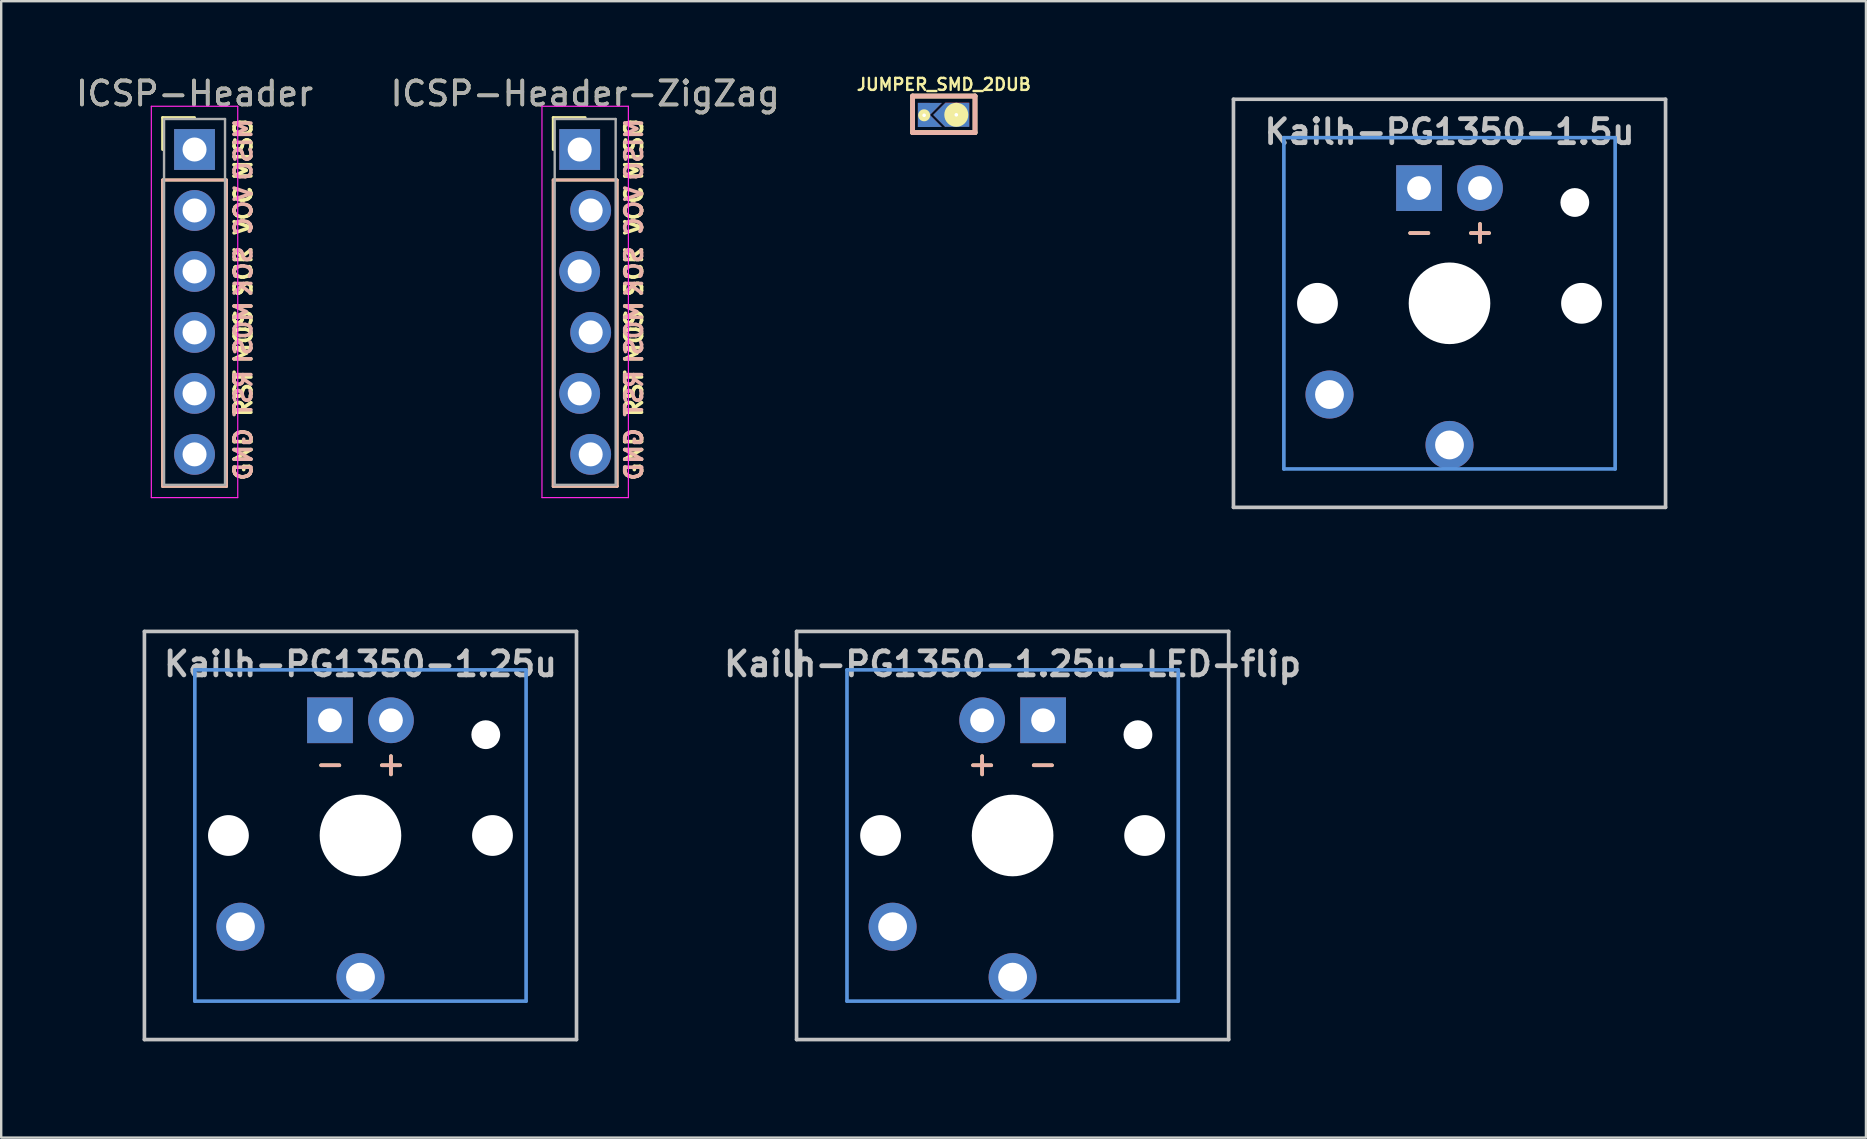
<source format=kicad_pcb>
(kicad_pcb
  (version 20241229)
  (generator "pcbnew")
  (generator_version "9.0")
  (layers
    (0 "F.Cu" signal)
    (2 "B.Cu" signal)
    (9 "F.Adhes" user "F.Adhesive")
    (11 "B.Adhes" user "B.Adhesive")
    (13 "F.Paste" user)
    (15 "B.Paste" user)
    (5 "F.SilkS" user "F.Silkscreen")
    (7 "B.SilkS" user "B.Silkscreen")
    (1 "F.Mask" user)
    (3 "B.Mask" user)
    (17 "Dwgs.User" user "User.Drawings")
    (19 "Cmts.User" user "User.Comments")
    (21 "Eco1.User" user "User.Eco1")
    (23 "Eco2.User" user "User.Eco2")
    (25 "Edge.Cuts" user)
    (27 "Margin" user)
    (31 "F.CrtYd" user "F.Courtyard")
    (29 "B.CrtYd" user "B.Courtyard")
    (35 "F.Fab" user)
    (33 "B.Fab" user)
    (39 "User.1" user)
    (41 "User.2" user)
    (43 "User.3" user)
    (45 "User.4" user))
  (footprint "ICSP-Header"
    (layer "F.Cu")
    (at 5.054 3.178)
    (property "Reference" "ICSP-Header" (at 0 -2.33 0) (layer "F.SilkS") (effects (font (size 1 1) (thickness 0.15))))
    (attr through_hole)
    (fp_line (start -1.33 -1.33) (end 0 -1.33) (stroke (width 0.12) (type solid)) (layer "F.SilkS"))
    (fp_line (start -1.33 0) (end -1.33 -1.33) (stroke (width 0.12) (type solid)) (layer "F.SilkS"))
    (fp_line (start -1.33 1.27) (end -1.33 14.03) (stroke (width 0.12) (type solid)) (layer "F.SilkS"))
    (fp_line (start -1.33 14.03) (end 1.33 14.03) (stroke (width 0.12) (type solid)) (layer "F.SilkS"))
    (fp_line (start 1.33 1.27) (end -1.33 1.27) (stroke (width 0.12) (type solid)) (layer "F.SilkS"))
    (fp_line (start 1.33 14.03) (end 1.33 1.27) (stroke (width 0.12) (type solid)) (layer "F.SilkS"))
    (fp_line (start -1.33 1.27) (end -1.33 14.03) (stroke (width 0.12) (type solid)) (layer "B.SilkS"))
    (fp_line (start -1.33 14.03) (end 1.33 14.03) (stroke (width 0.12) (type solid)) (layer "B.SilkS"))
    (fp_line (start 1.33 1.27) (end -1.33 1.27) (stroke (width 0.12) (type solid)) (layer "B.SilkS"))
    (fp_line (start 1.33 14.03) (end 1.33 1.27) (stroke (width 0.12) (type solid)) (layer "B.SilkS"))
    (fp_line (start -1.8 -1.8) (end -1.8 14.5) (stroke (width 0.05) (type solid)) (layer "F.CrtYd"))
    (fp_line (start -1.8 14.5) (end 1.8 14.5) (stroke (width 0.05) (type solid)) (layer "F.CrtYd"))
    (fp_line (start 1.8 -1.8) (end -1.8 -1.8) (stroke (width 0.05) (type solid)) (layer "F.CrtYd"))
    (fp_line (start 1.8 14.5) (end 1.8 -1.8) (stroke (width 0.05) (type solid)) (layer "F.CrtYd"))
    (fp_line (start -1.27 -1.27) (end -1.27 13.97) (stroke (width 0.1) (type solid)) (layer "F.Fab"))
    (fp_line (start -1.27 13.97) (end 1.27 13.97) (stroke (width 0.1) (type solid)) (layer "F.Fab"))
    (fp_line (start 1.27 -1.27) (end -1.27 -1.27) (stroke (width 0.1) (type solid)) (layer "F.Fab"))
    (fp_line (start 1.27 13.97) (end 1.27 -1.27) (stroke (width 0.1) (type solid)) (layer "F.Fab"))
    (fp_text user "SCK" (at 2.032 5.08 90) (layer "F.SilkS") (effects (font (size 0.7 0.7) (thickness 0.15))))
    (fp_text user "RST" (at 2.032 10.16 90) (layer "F.SilkS") (effects (font (size 0.7 0.7) (thickness 0.15))))
    (fp_text user "MOSI" (at 2.032 7.62 90) (layer "F.SilkS") (effects (font (size 0.7 0.7) (thickness 0.15))))
    (fp_text user "MISO" (at 2.032 0 90) (layer "F.SilkS") (effects (font (size 0.7 0.7) (thickness 0.15))))
    (fp_text user "GND" (at 2.032 12.7 90) (layer "F.SilkS") (effects (font (size 0.7 0.7) (thickness 0.15))))
    (fp_text user "VCC" (at 2.032 2.54 90) (layer "F.SilkS") (effects (font (size 0.7 0.7) (thickness 0.15))))
    (fp_text user "MOSI" (at 2.032 7.62 90) (layer "B.SilkS") (effects (font (size 0.7 0.7) (thickness 0.15)) (justify mirror)))
    (fp_text user "RST" (at 2.032 10.16 90) (layer "B.SilkS") (effects (font (size 0.7 0.7) (thickness 0.15)) (justify mirror)))
    (fp_text user "GND" (at 2.032 12.7 90) (layer "B.SilkS") (effects (font (size 0.7 0.7) (thickness 0.15)) (justify mirror)))
    (fp_text user "SCK" (at 2.032 5.08 90) (layer "B.SilkS") (effects (font (size 0.7 0.7) (thickness 0.15)) (justify mirror)))
    (fp_text user "MISO" (at 2.032 0 90) (layer "B.SilkS") (effects (font (size 0.7 0.7) (thickness 0.15)) (justify mirror)))
    (fp_text user "VCC" (at 2.032 2.54 90) (layer "B.SilkS") (effects (font (size 0.7 0.7) (thickness 0.15)) (justify mirror)))
    (fp_text user "${REFERENCE}" (at 0 -2.33 0) (layer "F.Fab") (effects (font (size 1 1) (thickness 0.15))))
    (pad "1" thru_hole rect (at 0 0) (size 1.7 1.7) (drill 1) (layers "*.Cu" "*.Mask"))
    (pad "2" thru_hole oval (at 0 2.54) (size 1.7 1.7) (drill 1) (layers "*.Cu" "*.Mask"))
    (pad "3" thru_hole oval (at 0 5.08) (size 1.7 1.7) (drill 1) (layers "*.Cu" "*.Mask"))
    (pad "4" thru_hole oval (at 0 7.62) (size 1.7 1.7) (drill 1) (layers "*.Cu" "*.Mask"))
    (pad "5" thru_hole oval (at 0 10.16) (size 1.7 1.7) (drill 1) (layers "*.Cu" "*.Mask"))
    (pad "6" thru_hole oval (at 0 12.7) (size 1.7 1.7) (drill 1) (layers "*.Cu" "*.Mask")))
  (footprint "Kailh-PG1350-1.5u"
    (layer "F.Cu")
    (at 57.333 9.585)
    (property "Reference" "Kailh-PG1350-1.5u" (at 0 -7.144 180) (layer "Dwgs.User") (effects (font (size 1 1) (thickness 0.2))))
    (attr through_hole)
    (fp_line (start -9 -8.5) (end 9 -8.5) (stroke (width 0.152) (type solid)) (layer "Dwgs.User"))
    (fp_line (start -9 8.5) (end -9 -8.5) (stroke (width 0.152) (type solid)) (layer "Dwgs.User"))
    (fp_line (start 9 -8.5) (end 9 8.5) (stroke (width 0.152) (type solid)) (layer "Dwgs.User"))
    (fp_line (start 9 8.5) (end -9 8.5) (stroke (width 0.152) (type solid)) (layer "Dwgs.User"))
    (fp_line (start -6.9 -6.9) (end 6.9 -6.9) (stroke (width 0.152) (type solid)) (layer "Cmts.User"))
    (fp_line (start -6.9 6.9) (end -6.9 -6.9) (stroke (width 0.152) (type solid)) (layer "Cmts.User"))
    (fp_line (start 6.9 -6.9) (end 6.9 6.9) (stroke (width 0.152) (type solid)) (layer "Cmts.User"))
    (fp_line (start 6.9 6.9) (end -6.9 6.9) (stroke (width 0.152) (type solid)) (layer "Cmts.User"))
    (fp_line (start -14.287 -9.525) (end -14.287 9.525) (stroke (width 0.12) (type solid)) (layer "Eco1.User"))
    (fp_line (start -14.287 -9.525) (end 14.287 -9.525) (stroke (width 0.12) (type solid)) (layer "Eco1.User"))
    (fp_line (start -14.287 9.525) (end 14.287 9.525) (stroke (width 0.12) (type solid)) (layer "Eco1.User"))
    (fp_line (start 14.287 -9.525) (end 14.287 9.525) (stroke (width 0.12) (type solid)) (layer "Eco1.User"))
    (fp_line (start -7.5 -7.5) (end 7.5 -7.5) (stroke (width 0.152) (type solid)) (layer "Eco2.User"))
    (fp_line (start -7.5 7.5) (end -7.5 -7.5) (stroke (width 0.152) (type solid)) (layer "Eco2.User"))
    (fp_line (start 7.5 -7.5) (end 7.5 7.5) (stroke (width 0.152) (type solid)) (layer "Eco2.User"))
    (fp_line (start 7.5 7.5) (end -7.5 7.5) (stroke (width 0.152) (type solid)) (layer "Eco2.User"))
    (fp_text user "+" (at 1.27 -3 180) (layer "F.SilkS") (effects (font (size 1 1) (thickness 0.15))))
    (fp_text user "-" (at -1.26 -3 180) (layer "F.SilkS") (effects (font (size 1 1) (thickness 0.15))))
    (fp_text user "-" (at -1.26 -3 180) (layer "B.SilkS") (effects (font (size 1 1) (thickness 0.15)) (justify mirror)))
    (fp_text user "+" (at 1.27 -3 180) (layer "B.SilkS") (effects (font (size 1 1) (thickness 0.15)) (justify mirror)))
    (pad "" np_thru_hole circle (at -5.5 0 180) (size 1.7 1.7) (drill 1.7) (layers "*.Cu" "*.Mask"))
    (pad "" np_thru_hole circle (at 0 0 180) (size 3.4 3.4) (drill 3.4) (layers "*.Cu" "*.Mask"))
    (pad "" np_thru_hole circle (at 5.22 -4.2 180) (size 1.2 1.2) (drill 1.2) (layers "*.Cu" "*.Mask"))
    (pad "" np_thru_hole circle (at 5.5 0 180) (size 1.7 1.7) (drill 1.7) (layers "*.Cu" "*.Mask"))
    (pad "1" thru_hole circle (at 0 5.9 180) (size 2 2) (drill 1.2) (layers "*.Cu" "*.Mask"))
    (pad "2" thru_hole circle (at -5 3.8 41.9) (size 2 2) (drill 1.2) (layers "*.Cu" "*.Mask"))
    (pad "3" thru_hole circle (at 1.27 -4.8 180) (size 1.905 1.905) (drill 0.991) (layers "*.Cu" "*.Mask"))
    (pad "4" thru_hole rect (at -1.27 -4.8 180) (size 1.905 1.905) (drill 0.991) (layers "*.Cu" "*.Mask")))
  (footprint "ICSP-Header-ZigZag"
    (layer "F.Cu")
    (at 21.327 3.178)
    (property "Reference" "ICSP-Header-ZigZag" (at 0 -2.33 0) (layer "F.SilkS") (effects (font (size 1 1) (thickness 0.15))))
    (attr through_hole)
    (fp_line (start -1.33 -1.33) (end 0 -1.33) (stroke (width 0.12) (type solid)) (layer "F.SilkS"))
    (fp_line (start -1.33 0) (end -1.33 -1.33) (stroke (width 0.12) (type solid)) (layer "F.SilkS"))
    (fp_line (start -1.33 1.27) (end -1.33 14.03) (stroke (width 0.12) (type solid)) (layer "F.SilkS"))
    (fp_line (start -1.33 14.03) (end 1.33 14.03) (stroke (width 0.12) (type solid)) (layer "F.SilkS"))
    (fp_line (start 1.33 1.27) (end -1.33 1.27) (stroke (width 0.12) (type solid)) (layer "F.SilkS"))
    (fp_line (start 1.33 14.03) (end 1.33 1.27) (stroke (width 0.12) (type solid)) (layer "F.SilkS"))
    (fp_line (start -1.33 1.27) (end -1.33 14.03) (stroke (width 0.12) (type solid)) (layer "B.SilkS"))
    (fp_line (start -1.33 14.03) (end 1.33 14.03) (stroke (width 0.12) (type solid)) (layer "B.SilkS"))
    (fp_line (start 1.33 1.27) (end -1.33 1.27) (stroke (width 0.12) (type solid)) (layer "B.SilkS"))
    (fp_line (start 1.33 14.03) (end 1.33 1.27) (stroke (width 0.12) (type solid)) (layer "B.SilkS"))
    (fp_line (start -1.8 -1.8) (end -1.8 14.5) (stroke (width 0.05) (type solid)) (layer "F.CrtYd"))
    (fp_line (start -1.8 14.5) (end 1.8 14.5) (stroke (width 0.05) (type solid)) (layer "F.CrtYd"))
    (fp_line (start 1.8 -1.8) (end -1.8 -1.8) (stroke (width 0.05) (type solid)) (layer "F.CrtYd"))
    (fp_line (start 1.8 14.5) (end 1.8 -1.8) (stroke (width 0.05) (type solid)) (layer "F.CrtYd"))
    (fp_line (start -1.27 -1.27) (end -1.27 13.97) (stroke (width 0.1) (type solid)) (layer "F.Fab"))
    (fp_line (start -1.27 13.97) (end 1.27 13.97) (stroke (width 0.1) (type solid)) (layer "F.Fab"))
    (fp_line (start 1.27 -1.27) (end -1.27 -1.27) (stroke (width 0.1) (type solid)) (layer "F.Fab"))
    (fp_line (start 1.27 13.97) (end 1.27 -1.27) (stroke (width 0.1) (type solid)) (layer "F.Fab"))
    (fp_text user "SCK" (at 2.032 5.08 90) (layer "F.SilkS") (effects (font (size 0.7 0.7) (thickness 0.15))))
    (fp_text user "VCC" (at 2.032 2.54 90) (layer "F.SilkS") (effects (font (size 0.7 0.7) (thickness 0.15))))
    (fp_text user "RST" (at 2.032 10.16 90) (layer "F.SilkS") (effects (font (size 0.7 0.7) (thickness 0.15))))
    (fp_text user "MISO" (at 2.032 0 90) (layer "F.SilkS") (effects (font (size 0.7 0.7) (thickness 0.15))))
    (fp_text user "MOSI" (at 2.032 7.62 90) (layer "F.SilkS") (effects (font (size 0.7 0.7) (thickness 0.15))))
    (fp_text user "GND" (at 2.032 12.7 90) (layer "F.SilkS") (effects (font (size 0.7 0.7) (thickness 0.15))))
    (fp_text user "SCK" (at 2.032 5.08 90) (layer "B.SilkS") (effects (font (size 0.7 0.7) (thickness 0.15)) (justify mirror)))
    (fp_text user "MISO" (at 2.032 0 90) (layer "B.SilkS") (effects (font (size 0.7 0.7) (thickness 0.15)) (justify mirror)))
    (fp_text user "GND" (at 2.032 12.7 90) (layer "B.SilkS") (effects (font (size 0.7 0.7) (thickness 0.15)) (justify mirror)))
    (fp_text user "VCC" (at 2.032 2.54 90) (layer "B.SilkS") (effects (font (size 0.7 0.7) (thickness 0.15)) (justify mirror)))
    (fp_text user "MOSI" (at 2.032 7.62 90) (layer "B.SilkS") (effects (font (size 0.7 0.7) (thickness 0.15)) (justify mirror)))
    (fp_text user "RST" (at 2.032 10.16 90) (layer "B.SilkS") (effects (font (size 0.7 0.7) (thickness 0.15)) (justify mirror)))
    (fp_text user "${REFERENCE}" (at 0 -2.33 0) (layer "F.Fab") (effects (font (size 1 1) (thickness 0.15))))
    (pad "1" thru_hole rect (at -0.229 0) (size 1.7 1.7) (drill 1) (layers "*.Cu" "*.Mask"))
    (pad "2" thru_hole oval (at 0.229 2.54) (size 1.7 1.7) (drill 1) (layers "*.Cu" "*.Mask"))
    (pad "3" thru_hole oval (at -0.229 5.08) (size 1.7 1.7) (drill 1) (layers "*.Cu" "*.Mask"))
    (pad "4" thru_hole oval (at 0.229 7.62) (size 1.7 1.7) (drill 1) (layers "*.Cu" "*.Mask"))
    (pad "5" thru_hole oval (at -0.229 10.16) (size 1.7 1.7) (drill 1) (layers "*.Cu" "*.Mask"))
    (pad "6" thru_hole oval (at 0.229 12.7) (size 1.7 1.7) (drill 1) (layers "*.Cu" "*.Mask")))
  (footprint "JUMPER_SMD_2DUB"
    (layer "F.Cu")
    (at 36.267 1.713)
    (property "Reference" "JUMPER_SMD_2DUB" (at 0 -1.245 0) (layer "F.SilkS") (effects (font (size 0.5 0.5) (thickness 0.1))))
    (attr through_hole)
    (fp_line (start -1.3 -0.762) (end 1.3 -0.762) (stroke (width 0.2) (type solid)) (layer "F.SilkS"))
    (fp_line (start -1.3 0.762) (end -1.3 -0.762) (stroke (width 0.2) (type solid)) (layer "F.SilkS"))
    (fp_line (start 1.3 -0.762) (end 1.3 0.762) (stroke (width 0.2) (type solid)) (layer "F.SilkS"))
    (fp_line (start 1.3 0.762) (end -1.3 0.762) (stroke (width 0.2) (type solid)) (layer "F.SilkS"))
    (fp_line (start -1.3 -0.762) (end 1.3 -0.762) (stroke (width 0.2) (type solid)) (layer "B.SilkS"))
    (fp_line (start -1.3 0.762) (end -1.3 -0.762) (stroke (width 0.2) (type solid)) (layer "B.SilkS"))
    (fp_line (start 1.3 -0.762) (end 1.3 0.762) (stroke (width 0.2) (type solid)) (layer "B.SilkS"))
    (fp_line (start 1.3 0.762) (end -1.3 0.762) (stroke (width 0.2) (type solid)) (layer "B.SilkS"))
    (pad "1" smd rect (at -0.831 0.025 180) (size 0.5 1) (layers "F.Cu" "F.Mask" "F.Paste"))
    (pad "1" smd rect (at -0.831 0.025 180) (size 0.5 1) (layers "B.Cu" "B.Mask" "B.Paste"))
    (pad "1" thru_hole circle (at -0.82 0.04) (size 0.5 0.5) (drill 0.15) (layers "*.Cu" "*.Mask" "F.SilkS"))
    (pad "1" smd trapezoid (at -0.581 -0.225 180) (size 0.5 0.5) (rect_delta 0 0.5) (layers "F.Cu" "F.Mask" "F.Paste"))
    (pad "1" smd trapezoid (at -0.581 -0.225 180) (size 0.5 0.5) (rect_delta 0 0.5) (layers "B.Cu" "B.Mask" "B.Paste"))
    (pad "1" smd trapezoid (at -0.581 0.275) (size 0.5 0.5) (rect_delta 0 0.5) (layers "F.Cu" "F.Mask" "F.Paste"))
    (pad "1" smd trapezoid (at -0.581 0.275) (size 0.5 0.5) (rect_delta 0 0.5) (layers "B.Cu" "B.Mask" "B.Paste"))
    (pad "2" smd rect (at 0.059 0.025 45) (size 0.707 0.707) (layers "F.Cu" "F.Mask" "F.Paste"))
    (pad "2" smd rect (at 0.059 0.025 45) (size 0.707 0.707) (layers "B.Cu" "B.Mask" "B.Paste"))
    (pad "2" thru_hole circle (at 0.52 0.02) (size 1 1) (drill 0.15) (layers "*.Cu" "*.Mask" "F.SilkS"))
    (pad "2" smd rect (at 0.56 0.01) (size 1 1) (layers "F.Cu" "F.Mask" "F.Paste"))
    (pad "2" smd rect (at 0.56 0.02) (size 1 1) (layers "B.Cu" "B.Mask" "B.Paste")))
  (footprint "Kailh-PG1350-1.25u"
    (layer "F.Cu")
    (at 11.966 31.755)
    (property "Reference" "Kailh-PG1350-1.25u" (at 0 -7.144 180) (layer "Dwgs.User") (effects (font (size 1 1) (thickness 0.2))))
    (attr through_hole)
    (fp_line (start -9 -8.5) (end 9 -8.5) (stroke (width 0.152) (type solid)) (layer "Dwgs.User"))
    (fp_line (start -9 8.5) (end -9 -8.5) (stroke (width 0.152) (type solid)) (layer "Dwgs.User"))
    (fp_line (start 9 -8.5) (end 9 8.5) (stroke (width 0.152) (type solid)) (layer "Dwgs.User"))
    (fp_line (start 9 8.5) (end -9 8.5) (stroke (width 0.152) (type solid)) (layer "Dwgs.User"))
    (fp_line (start -6.9 -6.9) (end 6.9 -6.9) (stroke (width 0.152) (type solid)) (layer "Cmts.User"))
    (fp_line (start -6.9 6.9) (end -6.9 -6.9) (stroke (width 0.152) (type solid)) (layer "Cmts.User"))
    (fp_line (start 6.9 -6.9) (end 6.9 6.9) (stroke (width 0.152) (type solid)) (layer "Cmts.User"))
    (fp_line (start 6.9 6.9) (end -6.9 6.9) (stroke (width 0.152) (type solid)) (layer "Cmts.User"))
    (fp_line (start -11.906 -9.525) (end -11.906 9.525) (stroke (width 0.12) (type solid)) (layer "Eco1.User"))
    (fp_line (start -11.906 -9.525) (end 11.906 -9.525) (stroke (width 0.12) (type solid)) (layer "Eco1.User"))
    (fp_line (start -11.906 9.525) (end 11.906 9.525) (stroke (width 0.12) (type solid)) (layer "Eco1.User"))
    (fp_line (start 11.906 -9.525) (end 11.906 9.525) (stroke (width 0.12) (type solid)) (layer "Eco1.User"))
    (fp_line (start -7.5 -7.5) (end 7.5 -7.5) (stroke (width 0.152) (type solid)) (layer "Eco2.User"))
    (fp_line (start -7.5 7.5) (end -7.5 -7.5) (stroke (width 0.152) (type solid)) (layer "Eco2.User"))
    (fp_line (start 7.5 -7.5) (end 7.5 7.5) (stroke (width 0.152) (type solid)) (layer "Eco2.User"))
    (fp_line (start 7.5 7.5) (end -7.5 7.5) (stroke (width 0.152) (type solid)) (layer "Eco2.User"))
    (fp_text user "+" (at 1.27 -3 180) (layer "F.SilkS") (effects (font (size 1 1) (thickness 0.15))))
    (fp_text user "-" (at -1.26 -3 180) (layer "F.SilkS") (effects (font (size 1 1) (thickness 0.15))))
    (fp_text user "+" (at 1.27 -3 180) (layer "B.SilkS") (effects (font (size 1 1) (thickness 0.15)) (justify mirror)))
    (fp_text user "-" (at -1.26 -3 180) (layer "B.SilkS") (effects (font (size 1 1) (thickness 0.15)) (justify mirror)))
    (pad "" np_thru_hole circle (at -5.5 0 180) (size 1.7 1.7) (drill 1.7) (layers "*.Cu" "*.Mask"))
    (pad "" np_thru_hole circle (at 0 0 180) (size 3.4 3.4) (drill 3.4) (layers "*.Cu" "*.Mask"))
    (pad "" np_thru_hole circle (at 5.22 -4.2 180) (size 1.2 1.2) (drill 1.2) (layers "*.Cu" "*.Mask"))
    (pad "" np_thru_hole circle (at 5.5 0 180) (size 1.7 1.7) (drill 1.7) (layers "*.Cu" "*.Mask"))
    (pad "1" thru_hole circle (at 0 5.9 180) (size 2 2) (drill 1.2) (layers "*.Cu" "*.Mask"))
    (pad "2" thru_hole circle (at -5 3.8 41.9) (size 2 2) (drill 1.2) (layers "*.Cu" "*.Mask"))
    (pad "3" thru_hole circle (at 1.27 -4.8 180) (size 1.905 1.905) (drill 0.991) (layers "*.Cu" "*.Mask"))
    (pad "4" thru_hole rect (at -1.27 -4.8 180) (size 1.905 1.905) (drill 0.991) (layers "*.Cu" "*.Mask")))
  (footprint "Kailh-PG1350-1.25u-LED-flip"
    (layer "F.Cu")
    (at 39.133 31.755)
    (property "Reference" "Kailh-PG1350-1.25u-LED-flip" (at 0 -7.144 180) (layer "Dwgs.User") (effects (font (size 1 1) (thickness 0.2))))
    (attr through_hole)
    (fp_line (start -9 -8.5) (end 9 -8.5) (stroke (width 0.152) (type solid)) (layer "Dwgs.User"))
    (fp_line (start -9 8.5) (end -9 -8.5) (stroke (width 0.152) (type solid)) (layer "Dwgs.User"))
    (fp_line (start 9 -8.5) (end 9 8.5) (stroke (width 0.152) (type solid)) (layer "Dwgs.User"))
    (fp_line (start 9 8.5) (end -9 8.5) (stroke (width 0.152) (type solid)) (layer "Dwgs.User"))
    (fp_line (start -6.9 -6.9) (end 6.9 -6.9) (stroke (width 0.152) (type solid)) (layer "Cmts.User"))
    (fp_line (start -6.9 6.9) (end -6.9 -6.9) (stroke (width 0.152) (type solid)) (layer "Cmts.User"))
    (fp_line (start 6.9 -6.9) (end 6.9 6.9) (stroke (width 0.152) (type solid)) (layer "Cmts.User"))
    (fp_line (start 6.9 6.9) (end -6.9 6.9) (stroke (width 0.152) (type solid)) (layer "Cmts.User"))
    (fp_line (start -11.906 -9.525) (end -11.906 9.525) (stroke (width 0.12) (type solid)) (layer "Eco1.User"))
    (fp_line (start -11.906 -9.525) (end 11.906 -9.525) (stroke (width 0.12) (type solid)) (layer "Eco1.User"))
    (fp_line (start -11.906 9.525) (end 11.906 9.525) (stroke (width 0.12) (type solid)) (layer "Eco1.User"))
    (fp_line (start 11.906 -9.525) (end 11.906 9.525) (stroke (width 0.12) (type solid)) (layer "Eco1.User"))
    (fp_line (start -7.5 -7.5) (end 7.5 -7.5) (stroke (width 0.152) (type solid)) (layer "Eco2.User"))
    (fp_line (start -7.5 7.5) (end -7.5 -7.5) (stroke (width 0.152) (type solid)) (layer "Eco2.User"))
    (fp_line (start 7.5 -7.5) (end 7.5 7.5) (stroke (width 0.152) (type solid)) (layer "Eco2.User"))
    (fp_line (start 7.5 7.5) (end -7.5 7.5) (stroke (width 0.152) (type solid)) (layer "Eco2.User"))
    (fp_text user "-" (at 1.26 -3 180) (layer "F.SilkS") (effects (font (size 1 1) (thickness 0.15))))
    (fp_text user "+" (at -1.27 -3 180) (layer "F.SilkS") (effects (font (size 1 1) (thickness 0.15))))
    (fp_text user "-" (at 1.26 -3 180) (layer "B.SilkS") (effects (font (size 1 1) (thickness 0.15)) (justify mirror)))
    (fp_text user "+" (at -1.27 -3 180) (layer "B.SilkS") (effects (font (size 1 1) (thickness 0.15)) (justify mirror)))
    (pad "" np_thru_hole circle (at -5.5 0 180) (size 1.7 1.7) (drill 1.7) (layers "*.Cu" "*.Mask"))
    (pad "" np_thru_hole circle (at 0 0 180) (size 3.4 3.4) (drill 3.4) (layers "*.Cu" "*.Mask"))
    (pad "" np_thru_hole circle (at 5.22 -4.2 180) (size 1.2 1.2) (drill 1.2) (layers "*.Cu" "*.Mask"))
    (pad "" np_thru_hole circle (at 5.5 0 180) (size 1.7 1.7) (drill 1.7) (layers "*.Cu" "*.Mask"))
    (pad "1" thru_hole circle (at 0 5.9 180) (size 2 2) (drill 1.2) (layers "*.Cu" "*.Mask"))
    (pad "2" thru_hole circle (at -5 3.8 41.9) (size 2 2) (drill 1.2) (layers "*.Cu" "*.Mask"))
    (pad "3" thru_hole circle (at -1.27 -4.8 180) (size 1.905 1.905) (drill 0.991) (layers "*.Cu" "*.Mask"))
    (pad "4" thru_hole rect (at 1.27 -4.8 180) (size 1.905 1.905) (drill 0.991) (layers "*.Cu" "*.Mask")))
  (gr_rect
    (start -3 -3)
    (end 74.681 44.34)
    (stroke (width 0.1) (type default))
    (fill no)
    (layer "Edge.Cuts")))
</source>
